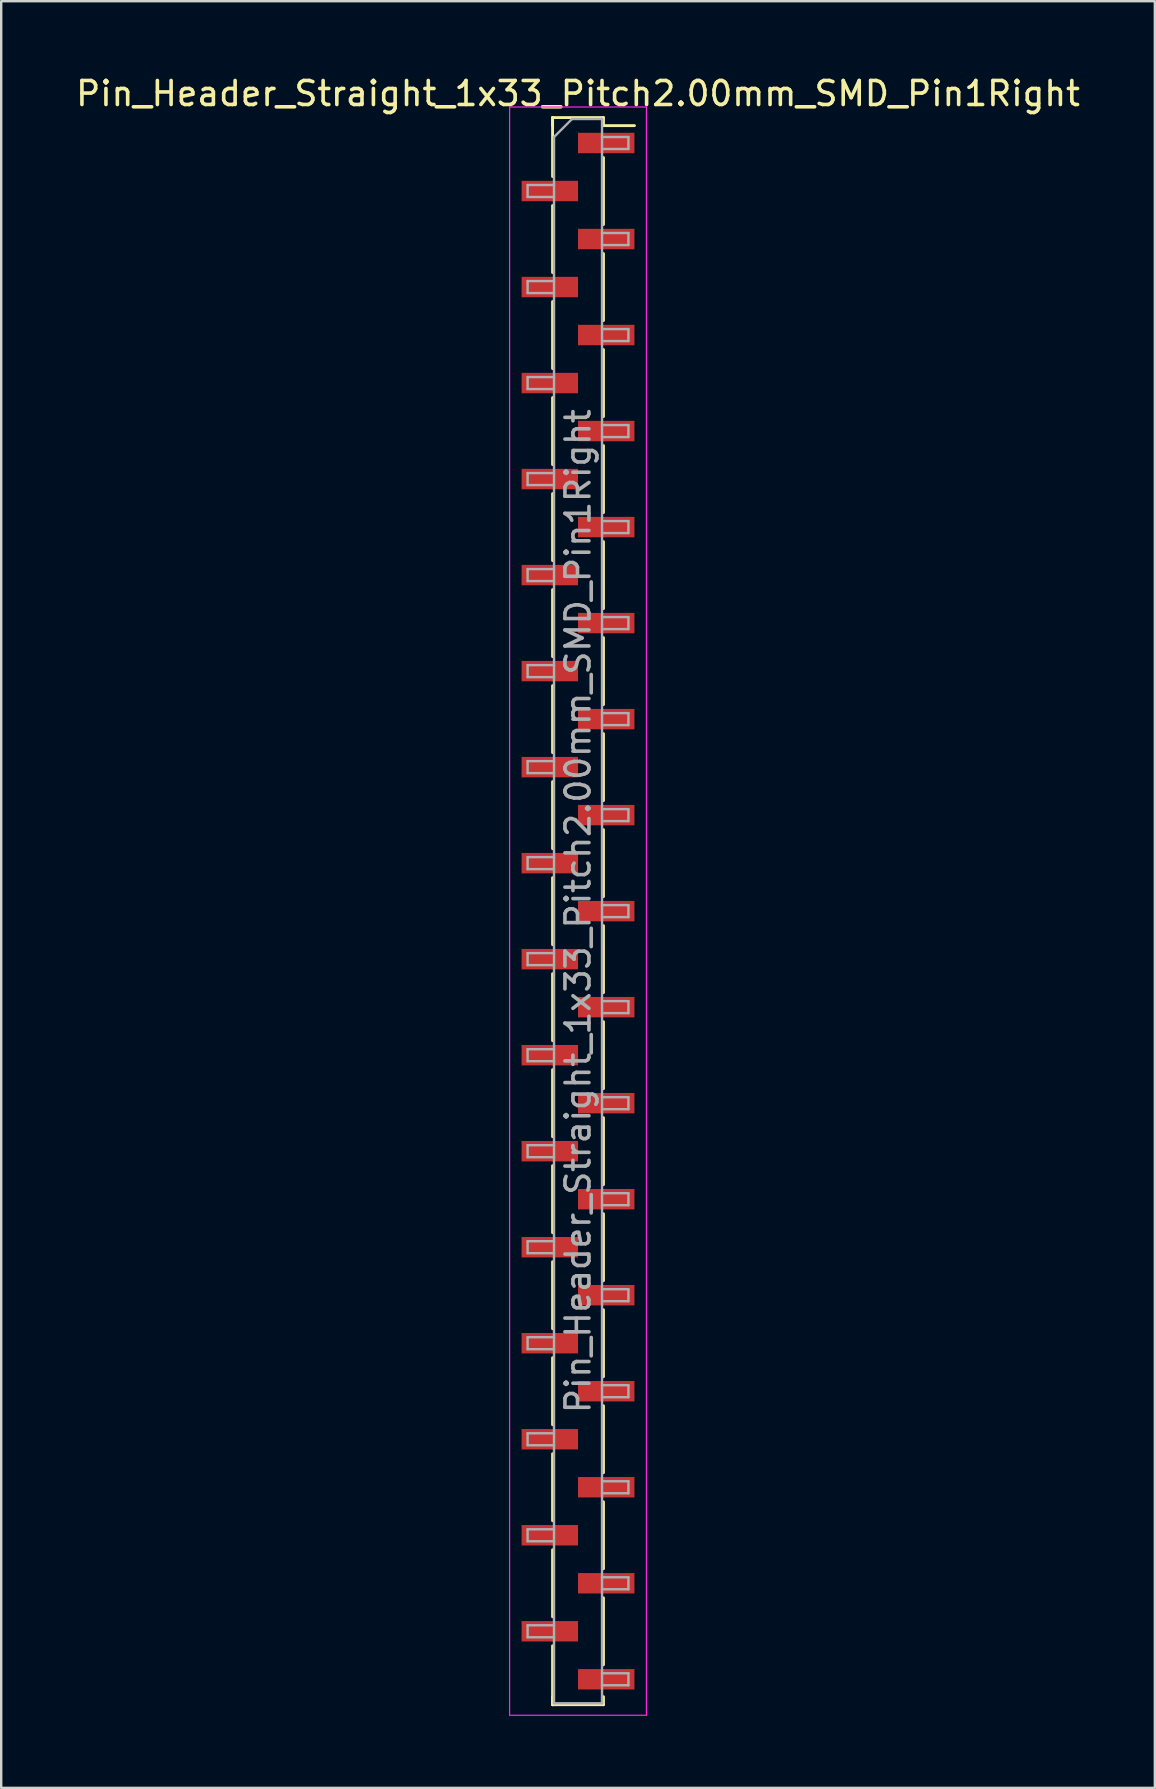
<source format=kicad_pcb>
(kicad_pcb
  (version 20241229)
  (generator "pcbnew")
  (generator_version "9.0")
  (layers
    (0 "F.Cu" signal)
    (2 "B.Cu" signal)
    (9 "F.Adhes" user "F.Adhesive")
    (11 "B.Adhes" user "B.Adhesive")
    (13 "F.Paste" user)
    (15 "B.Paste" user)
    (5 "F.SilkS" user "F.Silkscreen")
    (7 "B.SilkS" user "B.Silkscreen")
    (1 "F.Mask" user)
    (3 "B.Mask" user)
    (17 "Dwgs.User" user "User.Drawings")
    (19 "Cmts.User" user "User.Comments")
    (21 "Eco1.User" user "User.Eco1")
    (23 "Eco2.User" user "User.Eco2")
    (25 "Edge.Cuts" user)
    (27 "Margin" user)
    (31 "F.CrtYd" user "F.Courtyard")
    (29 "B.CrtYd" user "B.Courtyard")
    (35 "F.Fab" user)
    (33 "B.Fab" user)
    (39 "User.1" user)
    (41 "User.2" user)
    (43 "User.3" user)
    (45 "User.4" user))
  (footprint "Pin_Header_Straight_1x33_Pitch2.00mm_SMD_Pin1Right"
    (layer "F.Cu")
    (at 21.03 34.908)
    (property "Reference" "Pin_Header_Straight_1x33_Pitch2.00mm_SMD_Pin1Right" (at 0 -34.06 0) (layer "F.SilkS") (effects (font (size 1 1) (thickness 0.15))))
    (attr smd)
    (fp_line (start -1.06 -33.06) (end -1.06 -30.605) (stroke (width 0.12) (type solid)) (layer "F.SilkS"))
    (fp_line (start -1.06 -33.06) (end 1.06 -33.06) (stroke (width 0.12) (type solid)) (layer "F.SilkS"))
    (fp_line (start -1.06 -32.725) (end -1.06 -33.06) (stroke (width 0.12) (type solid)) (layer "F.SilkS"))
    (fp_line (start -1.06 -29.395) (end -1.06 -26.605) (stroke (width 0.12) (type solid)) (layer "F.SilkS"))
    (fp_line (start -1.06 -25.395) (end -1.06 -22.605) (stroke (width 0.12) (type solid)) (layer "F.SilkS"))
    (fp_line (start -1.06 -21.395) (end -1.06 -18.605) (stroke (width 0.12) (type solid)) (layer "F.SilkS"))
    (fp_line (start -1.06 -17.395) (end -1.06 -14.605) (stroke (width 0.12) (type solid)) (layer "F.SilkS"))
    (fp_line (start -1.06 -13.395) (end -1.06 -10.605) (stroke (width 0.12) (type solid)) (layer "F.SilkS"))
    (fp_line (start -1.06 -9.395) (end -1.06 -6.605) (stroke (width 0.12) (type solid)) (layer "F.SilkS"))
    (fp_line (start -1.06 -5.395) (end -1.06 -2.605) (stroke (width 0.12) (type solid)) (layer "F.SilkS"))
    (fp_line (start -1.06 -1.395) (end -1.06 1.395) (stroke (width 0.12) (type solid)) (layer "F.SilkS"))
    (fp_line (start -1.06 2.605) (end -1.06 5.395) (stroke (width 0.12) (type solid)) (layer "F.SilkS"))
    (fp_line (start -1.06 6.605) (end -1.06 9.395) (stroke (width 0.12) (type solid)) (layer "F.SilkS"))
    (fp_line (start -1.06 10.605) (end -1.06 13.395) (stroke (width 0.12) (type solid)) (layer "F.SilkS"))
    (fp_line (start -1.06 14.605) (end -1.06 17.395) (stroke (width 0.12) (type solid)) (layer "F.SilkS"))
    (fp_line (start -1.06 18.605) (end -1.06 21.395) (stroke (width 0.12) (type solid)) (layer "F.SilkS"))
    (fp_line (start -1.06 22.605) (end -1.06 25.395) (stroke (width 0.12) (type solid)) (layer "F.SilkS"))
    (fp_line (start -1.06 26.605) (end -1.06 29.395) (stroke (width 0.12) (type solid)) (layer "F.SilkS"))
    (fp_line (start -1.06 30.605) (end -1.06 33.06) (stroke (width 0.12) (type solid)) (layer "F.SilkS"))
    (fp_line (start -1.06 32.725) (end -1.06 33.06) (stroke (width 0.12) (type solid)) (layer "F.SilkS"))
    (fp_line (start -1.06 33.06) (end 1.06 33.06) (stroke (width 0.12) (type solid)) (layer "F.SilkS"))
    (fp_line (start 1.06 -33.06) (end 1.06 -32.725) (stroke (width 0.12) (type solid)) (layer "F.SilkS"))
    (fp_line (start 1.06 -32.725) (end 2.35 -32.725) (stroke (width 0.12) (type solid)) (layer "F.SilkS"))
    (fp_line (start 1.06 -31.395) (end 1.06 -28.605) (stroke (width 0.12) (type solid)) (layer "F.SilkS"))
    (fp_line (start 1.06 -27.395) (end 1.06 -24.605) (stroke (width 0.12) (type solid)) (layer "F.SilkS"))
    (fp_line (start 1.06 -23.395) (end 1.06 -20.605) (stroke (width 0.12) (type solid)) (layer "F.SilkS"))
    (fp_line (start 1.06 -19.395) (end 1.06 -16.605) (stroke (width 0.12) (type solid)) (layer "F.SilkS"))
    (fp_line (start 1.06 -15.395) (end 1.06 -12.605) (stroke (width 0.12) (type solid)) (layer "F.SilkS"))
    (fp_line (start 1.06 -11.395) (end 1.06 -8.605) (stroke (width 0.12) (type solid)) (layer "F.SilkS"))
    (fp_line (start 1.06 -7.395) (end 1.06 -4.605) (stroke (width 0.12) (type solid)) (layer "F.SilkS"))
    (fp_line (start 1.06 -3.395) (end 1.06 -0.605) (stroke (width 0.12) (type solid)) (layer "F.SilkS"))
    (fp_line (start 1.06 0.605) (end 1.06 3.395) (stroke (width 0.12) (type solid)) (layer "F.SilkS"))
    (fp_line (start 1.06 4.605) (end 1.06 7.395) (stroke (width 0.12) (type solid)) (layer "F.SilkS"))
    (fp_line (start 1.06 8.605) (end 1.06 11.395) (stroke (width 0.12) (type solid)) (layer "F.SilkS"))
    (fp_line (start 1.06 12.605) (end 1.06 15.395) (stroke (width 0.12) (type solid)) (layer "F.SilkS"))
    (fp_line (start 1.06 16.605) (end 1.06 19.395) (stroke (width 0.12) (type solid)) (layer "F.SilkS"))
    (fp_line (start 1.06 20.605) (end 1.06 23.395) (stroke (width 0.12) (type solid)) (layer "F.SilkS"))
    (fp_line (start 1.06 24.605) (end 1.06 27.395) (stroke (width 0.12) (type solid)) (layer "F.SilkS"))
    (fp_line (start 1.06 28.605) (end 1.06 31.395) (stroke (width 0.12) (type solid)) (layer "F.SilkS"))
    (fp_line (start 1.06 33.06) (end 1.06 32.725) (stroke (width 0.12) (type solid)) (layer "F.SilkS"))
    (fp_line (start -2.85 -33.5) (end -2.85 33.5) (stroke (width 0.05) (type solid)) (layer "F.CrtYd"))
    (fp_line (start -2.85 33.5) (end 2.85 33.5) (stroke (width 0.05) (type solid)) (layer "F.CrtYd"))
    (fp_line (start 2.85 -33.5) (end -2.85 -33.5) (stroke (width 0.05) (type solid)) (layer "F.CrtYd"))
    (fp_line (start 2.85 33.5) (end 2.85 -33.5) (stroke (width 0.05) (type solid)) (layer "F.CrtYd"))
    (fp_line (start -2.1 -30.25) (end -2.1 -29.75) (stroke (width 0.1) (type solid)) (layer "F.Fab"))
    (fp_line (start -2.1 -29.75) (end -1 -29.75) (stroke (width 0.1) (type solid)) (layer "F.Fab"))
    (fp_line (start -2.1 -26.25) (end -2.1 -25.75) (stroke (width 0.1) (type solid)) (layer "F.Fab"))
    (fp_line (start -2.1 -25.75) (end -1 -25.75) (stroke (width 0.1) (type solid)) (layer "F.Fab"))
    (fp_line (start -2.1 -22.25) (end -2.1 -21.75) (stroke (width 0.1) (type solid)) (layer "F.Fab"))
    (fp_line (start -2.1 -21.75) (end -1 -21.75) (stroke (width 0.1) (type solid)) (layer "F.Fab"))
    (fp_line (start -2.1 -18.25) (end -2.1 -17.75) (stroke (width 0.1) (type solid)) (layer "F.Fab"))
    (fp_line (start -2.1 -17.75) (end -1 -17.75) (stroke (width 0.1) (type solid)) (layer "F.Fab"))
    (fp_line (start -2.1 -14.25) (end -2.1 -13.75) (stroke (width 0.1) (type solid)) (layer "F.Fab"))
    (fp_line (start -2.1 -13.75) (end -1 -13.75) (stroke (width 0.1) (type solid)) (layer "F.Fab"))
    (fp_line (start -2.1 -10.25) (end -2.1 -9.75) (stroke (width 0.1) (type solid)) (layer "F.Fab"))
    (fp_line (start -2.1 -9.75) (end -1 -9.75) (stroke (width 0.1) (type solid)) (layer "F.Fab"))
    (fp_line (start -2.1 -6.25) (end -2.1 -5.75) (stroke (width 0.1) (type solid)) (layer "F.Fab"))
    (fp_line (start -2.1 -5.75) (end -1 -5.75) (stroke (width 0.1) (type solid)) (layer "F.Fab"))
    (fp_line (start -2.1 -2.25) (end -2.1 -1.75) (stroke (width 0.1) (type solid)) (layer "F.Fab"))
    (fp_line (start -2.1 -1.75) (end -1 -1.75) (stroke (width 0.1) (type solid)) (layer "F.Fab"))
    (fp_line (start -2.1 1.75) (end -2.1 2.25) (stroke (width 0.1) (type solid)) (layer "F.Fab"))
    (fp_line (start -2.1 2.25) (end -1 2.25) (stroke (width 0.1) (type solid)) (layer "F.Fab"))
    (fp_line (start -2.1 5.75) (end -2.1 6.25) (stroke (width 0.1) (type solid)) (layer "F.Fab"))
    (fp_line (start -2.1 6.25) (end -1 6.25) (stroke (width 0.1) (type solid)) (layer "F.Fab"))
    (fp_line (start -2.1 9.75) (end -2.1 10.25) (stroke (width 0.1) (type solid)) (layer "F.Fab"))
    (fp_line (start -2.1 10.25) (end -1 10.25) (stroke (width 0.1) (type solid)) (layer "F.Fab"))
    (fp_line (start -2.1 13.75) (end -2.1 14.25) (stroke (width 0.1) (type solid)) (layer "F.Fab"))
    (fp_line (start -2.1 14.25) (end -1 14.25) (stroke (width 0.1) (type solid)) (layer "F.Fab"))
    (fp_line (start -2.1 17.75) (end -2.1 18.25) (stroke (width 0.1) (type solid)) (layer "F.Fab"))
    (fp_line (start -2.1 18.25) (end -1 18.25) (stroke (width 0.1) (type solid)) (layer "F.Fab"))
    (fp_line (start -2.1 21.75) (end -2.1 22.25) (stroke (width 0.1) (type solid)) (layer "F.Fab"))
    (fp_line (start -2.1 22.25) (end -1 22.25) (stroke (width 0.1) (type solid)) (layer "F.Fab"))
    (fp_line (start -2.1 25.75) (end -2.1 26.25) (stroke (width 0.1) (type solid)) (layer "F.Fab"))
    (fp_line (start -2.1 26.25) (end -1 26.25) (stroke (width 0.1) (type solid)) (layer "F.Fab"))
    (fp_line (start -2.1 29.75) (end -2.1 30.25) (stroke (width 0.1) (type solid)) (layer "F.Fab"))
    (fp_line (start -2.1 30.25) (end -1 30.25) (stroke (width 0.1) (type solid)) (layer "F.Fab"))
    (fp_line (start -1 -32.25) (end -0.25 -33) (stroke (width 0.1) (type solid)) (layer "F.Fab"))
    (fp_line (start -1 -30.25) (end -2.1 -30.25) (stroke (width 0.1) (type solid)) (layer "F.Fab"))
    (fp_line (start -1 -26.25) (end -2.1 -26.25) (stroke (width 0.1) (type solid)) (layer "F.Fab"))
    (fp_line (start -1 -22.25) (end -2.1 -22.25) (stroke (width 0.1) (type solid)) (layer "F.Fab"))
    (fp_line (start -1 -18.25) (end -2.1 -18.25) (stroke (width 0.1) (type solid)) (layer "F.Fab"))
    (fp_line (start -1 -14.25) (end -2.1 -14.25) (stroke (width 0.1) (type solid)) (layer "F.Fab"))
    (fp_line (start -1 -10.25) (end -2.1 -10.25) (stroke (width 0.1) (type solid)) (layer "F.Fab"))
    (fp_line (start -1 -6.25) (end -2.1 -6.25) (stroke (width 0.1) (type solid)) (layer "F.Fab"))
    (fp_line (start -1 -2.25) (end -2.1 -2.25) (stroke (width 0.1) (type solid)) (layer "F.Fab"))
    (fp_line (start -1 1.75) (end -2.1 1.75) (stroke (width 0.1) (type solid)) (layer "F.Fab"))
    (fp_line (start -1 5.75) (end -2.1 5.75) (stroke (width 0.1) (type solid)) (layer "F.Fab"))
    (fp_line (start -1 9.75) (end -2.1 9.75) (stroke (width 0.1) (type solid)) (layer "F.Fab"))
    (fp_line (start -1 13.75) (end -2.1 13.75) (stroke (width 0.1) (type solid)) (layer "F.Fab"))
    (fp_line (start -1 17.75) (end -2.1 17.75) (stroke (width 0.1) (type solid)) (layer "F.Fab"))
    (fp_line (start -1 21.75) (end -2.1 21.75) (stroke (width 0.1) (type solid)) (layer "F.Fab"))
    (fp_line (start -1 25.75) (end -2.1 25.75) (stroke (width 0.1) (type solid)) (layer "F.Fab"))
    (fp_line (start -1 29.75) (end -2.1 29.75) (stroke (width 0.1) (type solid)) (layer "F.Fab"))
    (fp_line (start -1 33) (end -1 -32.25) (stroke (width 0.1) (type solid)) (layer "F.Fab"))
    (fp_line (start -0.25 -33) (end 1 -33) (stroke (width 0.1) (type solid)) (layer "F.Fab"))
    (fp_line (start 1 -33) (end 1 33) (stroke (width 0.1) (type solid)) (layer "F.Fab"))
    (fp_line (start 1 -32.25) (end 2.1 -32.25) (stroke (width 0.1) (type solid)) (layer "F.Fab"))
    (fp_line (start 1 -28.25) (end 2.1 -28.25) (stroke (width 0.1) (type solid)) (layer "F.Fab"))
    (fp_line (start 1 -24.25) (end 2.1 -24.25) (stroke (width 0.1) (type solid)) (layer "F.Fab"))
    (fp_line (start 1 -20.25) (end 2.1 -20.25) (stroke (width 0.1) (type solid)) (layer "F.Fab"))
    (fp_line (start 1 -16.25) (end 2.1 -16.25) (stroke (width 0.1) (type solid)) (layer "F.Fab"))
    (fp_line (start 1 -12.25) (end 2.1 -12.25) (stroke (width 0.1) (type solid)) (layer "F.Fab"))
    (fp_line (start 1 -8.25) (end 2.1 -8.25) (stroke (width 0.1) (type solid)) (layer "F.Fab"))
    (fp_line (start 1 -4.25) (end 2.1 -4.25) (stroke (width 0.1) (type solid)) (layer "F.Fab"))
    (fp_line (start 1 -0.25) (end 2.1 -0.25) (stroke (width 0.1) (type solid)) (layer "F.Fab"))
    (fp_line (start 1 3.75) (end 2.1 3.75) (stroke (width 0.1) (type solid)) (layer "F.Fab"))
    (fp_line (start 1 7.75) (end 2.1 7.75) (stroke (width 0.1) (type solid)) (layer "F.Fab"))
    (fp_line (start 1 11.75) (end 2.1 11.75) (stroke (width 0.1) (type solid)) (layer "F.Fab"))
    (fp_line (start 1 15.75) (end 2.1 15.75) (stroke (width 0.1) (type solid)) (layer "F.Fab"))
    (fp_line (start 1 19.75) (end 2.1 19.75) (stroke (width 0.1) (type solid)) (layer "F.Fab"))
    (fp_line (start 1 23.75) (end 2.1 23.75) (stroke (width 0.1) (type solid)) (layer "F.Fab"))
    (fp_line (start 1 27.75) (end 2.1 27.75) (stroke (width 0.1) (type solid)) (layer "F.Fab"))
    (fp_line (start 1 31.75) (end 2.1 31.75) (stroke (width 0.1) (type solid)) (layer "F.Fab"))
    (fp_line (start 1 33) (end -1 33) (stroke (width 0.1) (type solid)) (layer "F.Fab"))
    (fp_line (start 2.1 -32.25) (end 2.1 -31.75) (stroke (width 0.1) (type solid)) (layer "F.Fab"))
    (fp_line (start 2.1 -31.75) (end 1 -31.75) (stroke (width 0.1) (type solid)) (layer "F.Fab"))
    (fp_line (start 2.1 -28.25) (end 2.1 -27.75) (stroke (width 0.1) (type solid)) (layer "F.Fab"))
    (fp_line (start 2.1 -27.75) (end 1 -27.75) (stroke (width 0.1) (type solid)) (layer "F.Fab"))
    (fp_line (start 2.1 -24.25) (end 2.1 -23.75) (stroke (width 0.1) (type solid)) (layer "F.Fab"))
    (fp_line (start 2.1 -23.75) (end 1 -23.75) (stroke (width 0.1) (type solid)) (layer "F.Fab"))
    (fp_line (start 2.1 -20.25) (end 2.1 -19.75) (stroke (width 0.1) (type solid)) (layer "F.Fab"))
    (fp_line (start 2.1 -19.75) (end 1 -19.75) (stroke (width 0.1) (type solid)) (layer "F.Fab"))
    (fp_line (start 2.1 -16.25) (end 2.1 -15.75) (stroke (width 0.1) (type solid)) (layer "F.Fab"))
    (fp_line (start 2.1 -15.75) (end 1 -15.75) (stroke (width 0.1) (type solid)) (layer "F.Fab"))
    (fp_line (start 2.1 -12.25) (end 2.1 -11.75) (stroke (width 0.1) (type solid)) (layer "F.Fab"))
    (fp_line (start 2.1 -11.75) (end 1 -11.75) (stroke (width 0.1) (type solid)) (layer "F.Fab"))
    (fp_line (start 2.1 -8.25) (end 2.1 -7.75) (stroke (width 0.1) (type solid)) (layer "F.Fab"))
    (fp_line (start 2.1 -7.75) (end 1 -7.75) (stroke (width 0.1) (type solid)) (layer "F.Fab"))
    (fp_line (start 2.1 -4.25) (end 2.1 -3.75) (stroke (width 0.1) (type solid)) (layer "F.Fab"))
    (fp_line (start 2.1 -3.75) (end 1 -3.75) (stroke (width 0.1) (type solid)) (layer "F.Fab"))
    (fp_line (start 2.1 -0.25) (end 2.1 0.25) (stroke (width 0.1) (type solid)) (layer "F.Fab"))
    (fp_line (start 2.1 0.25) (end 1 0.25) (stroke (width 0.1) (type solid)) (layer "F.Fab"))
    (fp_line (start 2.1 3.75) (end 2.1 4.25) (stroke (width 0.1) (type solid)) (layer "F.Fab"))
    (fp_line (start 2.1 4.25) (end 1 4.25) (stroke (width 0.1) (type solid)) (layer "F.Fab"))
    (fp_line (start 2.1 7.75) (end 2.1 8.25) (stroke (width 0.1) (type solid)) (layer "F.Fab"))
    (fp_line (start 2.1 8.25) (end 1 8.25) (stroke (width 0.1) (type solid)) (layer "F.Fab"))
    (fp_line (start 2.1 11.75) (end 2.1 12.25) (stroke (width 0.1) (type solid)) (layer "F.Fab"))
    (fp_line (start 2.1 12.25) (end 1 12.25) (stroke (width 0.1) (type solid)) (layer "F.Fab"))
    (fp_line (start 2.1 15.75) (end 2.1 16.25) (stroke (width 0.1) (type solid)) (layer "F.Fab"))
    (fp_line (start 2.1 16.25) (end 1 16.25) (stroke (width 0.1) (type solid)) (layer "F.Fab"))
    (fp_line (start 2.1 19.75) (end 2.1 20.25) (stroke (width 0.1) (type solid)) (layer "F.Fab"))
    (fp_line (start 2.1 20.25) (end 1 20.25) (stroke (width 0.1) (type solid)) (layer "F.Fab"))
    (fp_line (start 2.1 23.75) (end 2.1 24.25) (stroke (width 0.1) (type solid)) (layer "F.Fab"))
    (fp_line (start 2.1 24.25) (end 1 24.25) (stroke (width 0.1) (type solid)) (layer "F.Fab"))
    (fp_line (start 2.1 27.75) (end 2.1 28.25) (stroke (width 0.1) (type solid)) (layer "F.Fab"))
    (fp_line (start 2.1 28.25) (end 1 28.25) (stroke (width 0.1) (type solid)) (layer "F.Fab"))
    (fp_line (start 2.1 31.75) (end 2.1 32.25) (stroke (width 0.1) (type solid)) (layer "F.Fab"))
    (fp_line (start 2.1 32.25) (end 1 32.25) (stroke (width 0.1) (type solid)) (layer "F.Fab"))
    (fp_text user "${REFERENCE}" (at 0 0 90) (layer "F.Fab") (effects (font (size 1 1) (thickness 0.15))))
    (pad "1" smd rect (at 1.175 -32) (size 2.35 0.85) (layers "F.Cu" "F.Mask" "F.Paste"))
    (pad "2" smd rect (at -1.175 -30) (size 2.35 0.85) (layers "F.Cu" "F.Mask" "F.Paste"))
    (pad "3" smd rect (at 1.175 -28) (size 2.35 0.85) (layers "F.Cu" "F.Mask" "F.Paste"))
    (pad "4" smd rect (at -1.175 -26) (size 2.35 0.85) (layers "F.Cu" "F.Mask" "F.Paste"))
    (pad "5" smd rect (at 1.175 -24) (size 2.35 0.85) (layers "F.Cu" "F.Mask" "F.Paste"))
    (pad "6" smd rect (at -1.175 -22) (size 2.35 0.85) (layers "F.Cu" "F.Mask" "F.Paste"))
    (pad "7" smd rect (at 1.175 -20) (size 2.35 0.85) (layers "F.Cu" "F.Mask" "F.Paste"))
    (pad "8" smd rect (at -1.175 -18) (size 2.35 0.85) (layers "F.Cu" "F.Mask" "F.Paste"))
    (pad "9" smd rect (at 1.175 -16) (size 2.35 0.85) (layers "F.Cu" "F.Mask" "F.Paste"))
    (pad "10" smd rect (at -1.175 -14) (size 2.35 0.85) (layers "F.Cu" "F.Mask" "F.Paste"))
    (pad "11" smd rect (at 1.175 -12) (size 2.35 0.85) (layers "F.Cu" "F.Mask" "F.Paste"))
    (pad "12" smd rect (at -1.175 -10) (size 2.35 0.85) (layers "F.Cu" "F.Mask" "F.Paste"))
    (pad "13" smd rect (at 1.175 -8) (size 2.35 0.85) (layers "F.Cu" "F.Mask" "F.Paste"))
    (pad "14" smd rect (at -1.175 -6) (size 2.35 0.85) (layers "F.Cu" "F.Mask" "F.Paste"))
    (pad "15" smd rect (at 1.175 -4) (size 2.35 0.85) (layers "F.Cu" "F.Mask" "F.Paste"))
    (pad "16" smd rect (at -1.175 -2) (size 2.35 0.85) (layers "F.Cu" "F.Mask" "F.Paste"))
    (pad "17" smd rect (at 1.175 0) (size 2.35 0.85) (layers "F.Cu" "F.Mask" "F.Paste"))
    (pad "18" smd rect (at -1.175 2) (size 2.35 0.85) (layers "F.Cu" "F.Mask" "F.Paste"))
    (pad "19" smd rect (at 1.175 4) (size 2.35 0.85) (layers "F.Cu" "F.Mask" "F.Paste"))
    (pad "20" smd rect (at -1.175 6) (size 2.35 0.85) (layers "F.Cu" "F.Mask" "F.Paste"))
    (pad "21" smd rect (at 1.175 8) (size 2.35 0.85) (layers "F.Cu" "F.Mask" "F.Paste"))
    (pad "22" smd rect (at -1.175 10) (size 2.35 0.85) (layers "F.Cu" "F.Mask" "F.Paste"))
    (pad "23" smd rect (at 1.175 12) (size 2.35 0.85) (layers "F.Cu" "F.Mask" "F.Paste"))
    (pad "24" smd rect (at -1.175 14) (size 2.35 0.85) (layers "F.Cu" "F.Mask" "F.Paste"))
    (pad "25" smd rect (at 1.175 16) (size 2.35 0.85) (layers "F.Cu" "F.Mask" "F.Paste"))
    (pad "26" smd rect (at -1.175 18) (size 2.35 0.85) (layers "F.Cu" "F.Mask" "F.Paste"))
    (pad "27" smd rect (at 1.175 20) (size 2.35 0.85) (layers "F.Cu" "F.Mask" "F.Paste"))
    (pad "28" smd rect (at -1.175 22) (size 2.35 0.85) (layers "F.Cu" "F.Mask" "F.Paste"))
    (pad "29" smd rect (at 1.175 24) (size 2.35 0.85) (layers "F.Cu" "F.Mask" "F.Paste"))
    (pad "30" smd rect (at -1.175 26) (size 2.35 0.85) (layers "F.Cu" "F.Mask" "F.Paste"))
    (pad "31" smd rect (at 1.175 28) (size 2.35 0.85) (layers "F.Cu" "F.Mask" "F.Paste"))
    (pad "32" smd rect (at -1.175 30) (size 2.35 0.85) (layers "F.Cu" "F.Mask" "F.Paste"))
    (pad "33" smd rect (at 1.175 32) (size 2.35 0.85) (layers "F.Cu" "F.Mask" "F.Paste")))
  (gr_rect
    (start -3 -3)
    (end 45.06 71.433)
    (stroke (width 0.1) (type default))
    (fill no)
    (layer "Edge.Cuts")))
</source>
